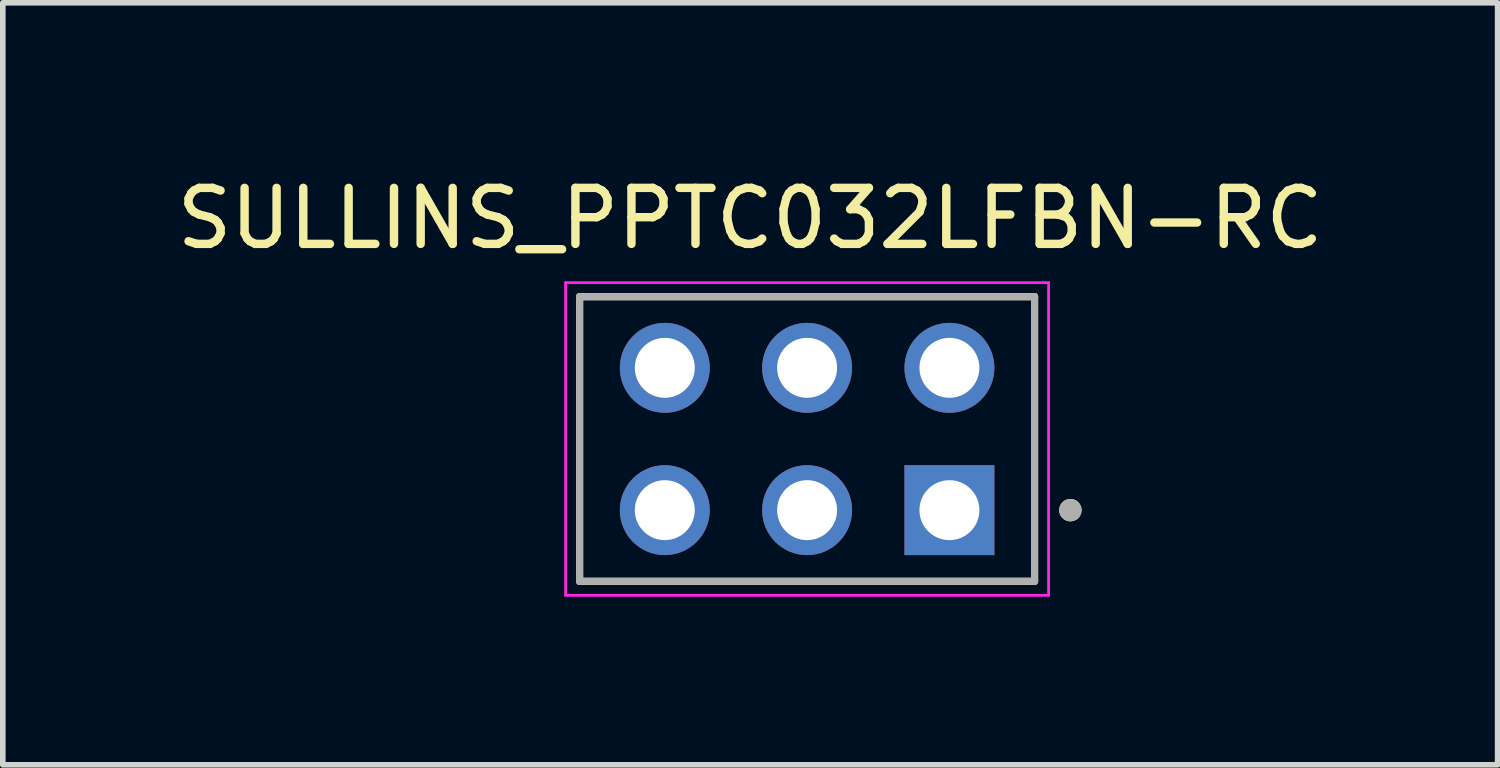
<source format=kicad_pcb>
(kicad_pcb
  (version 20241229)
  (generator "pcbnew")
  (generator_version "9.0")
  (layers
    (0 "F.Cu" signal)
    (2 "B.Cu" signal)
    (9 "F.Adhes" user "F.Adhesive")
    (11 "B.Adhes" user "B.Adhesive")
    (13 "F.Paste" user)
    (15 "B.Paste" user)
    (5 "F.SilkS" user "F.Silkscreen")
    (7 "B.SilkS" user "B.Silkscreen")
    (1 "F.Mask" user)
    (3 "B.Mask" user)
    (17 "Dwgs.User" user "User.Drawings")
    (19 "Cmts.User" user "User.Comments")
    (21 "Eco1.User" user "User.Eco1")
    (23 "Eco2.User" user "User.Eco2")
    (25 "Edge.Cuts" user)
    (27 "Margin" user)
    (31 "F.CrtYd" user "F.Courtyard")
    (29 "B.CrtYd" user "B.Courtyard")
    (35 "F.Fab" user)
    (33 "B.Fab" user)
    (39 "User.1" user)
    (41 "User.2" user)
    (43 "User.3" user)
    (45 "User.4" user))
  (footprint "SULLINS_PPTC032LFBN-RC"
    (layer "F.Cu")
    (at 11.355 4.785)
    (property "Reference" "SULLINS_PPTC032LFBN-RC" (at -1.016 -3.937 0) (layer "F.SilkS") (effects (font (size 1 1) (thickness 0.15))))
    (attr through_hole)
    (fp_line (start -4.06 -2.54) (end 4.06 -2.54) (stroke (width 0.127) (type solid)) (layer "F.SilkS"))
    (fp_line (start -4.06 2.54) (end -4.06 -2.54) (stroke (width 0.127) (type solid)) (layer "F.SilkS"))
    (fp_line (start 4.06 -2.54) (end 4.06 2.54) (stroke (width 0.127) (type solid)) (layer "F.SilkS"))
    (fp_line (start 4.06 2.54) (end -4.06 2.54) (stroke (width 0.127) (type solid)) (layer "F.SilkS"))
    (fp_circle (center 4.699 1.27) (end 4.799 1.27) (stroke (width 0.2) (type solid)) (fill no) (layer "F.SilkS"))
    (fp_line (start -4.31 -2.79) (end 4.31 -2.79) (stroke (width 0.05) (type solid)) (layer "F.CrtYd"))
    (fp_line (start -4.31 2.79) (end -4.31 -2.79) (stroke (width 0.05) (type solid)) (layer "F.CrtYd"))
    (fp_line (start 4.31 -2.79) (end 4.31 2.79) (stroke (width 0.05) (type solid)) (layer "F.CrtYd"))
    (fp_line (start 4.31 2.79) (end -4.31 2.79) (stroke (width 0.05) (type solid)) (layer "F.CrtYd"))
    (fp_line (start -4.06 -2.54) (end 4.06 -2.54) (stroke (width 0.127) (type solid)) (layer "F.Fab"))
    (fp_line (start -4.06 2.54) (end -4.06 -2.54) (stroke (width 0.127) (type solid)) (layer "F.Fab"))
    (fp_line (start 4.06 -2.54) (end 4.06 2.54) (stroke (width 0.127) (type solid)) (layer "F.Fab"))
    (fp_line (start 4.06 2.54) (end -4.06 2.54) (stroke (width 0.127) (type solid)) (layer "F.Fab"))
    (fp_circle (center 4.699 1.27) (end 4.799 1.27) (stroke (width 0.2) (type solid)) (fill no) (layer "F.Fab"))
    (pad "1" thru_hole rect (at 2.54 1.27) (size 1.605 1.605) (drill 1.07) (layers "*.Cu" "*.Mask"))
    (pad "2" thru_hole circle (at 2.54 -1.27) (size 1.605 1.605) (drill 1.07) (layers "*.Cu" "*.Mask"))
    (pad "3" thru_hole circle (at 0 1.27) (size 1.605 1.605) (drill 1.07) (layers "*.Cu" "*.Mask"))
    (pad "4" thru_hole circle (at 0 -1.27) (size 1.605 1.605) (drill 1.07) (layers "*.Cu" "*.Mask"))
    (pad "5" thru_hole circle (at -2.54 1.27) (size 1.605 1.605) (drill 1.07) (layers "*.Cu" "*.Mask"))
    (pad "6" thru_hole circle (at -2.54 -1.27) (size 1.605 1.605) (drill 1.07) (layers "*.Cu" "*.Mask")))
  (gr_rect
    (start -3 -3)
    (end 23.679 10.6)
    (stroke (width 0.1) (type default))
    (fill no)
    (layer "Edge.Cuts")))
</source>
